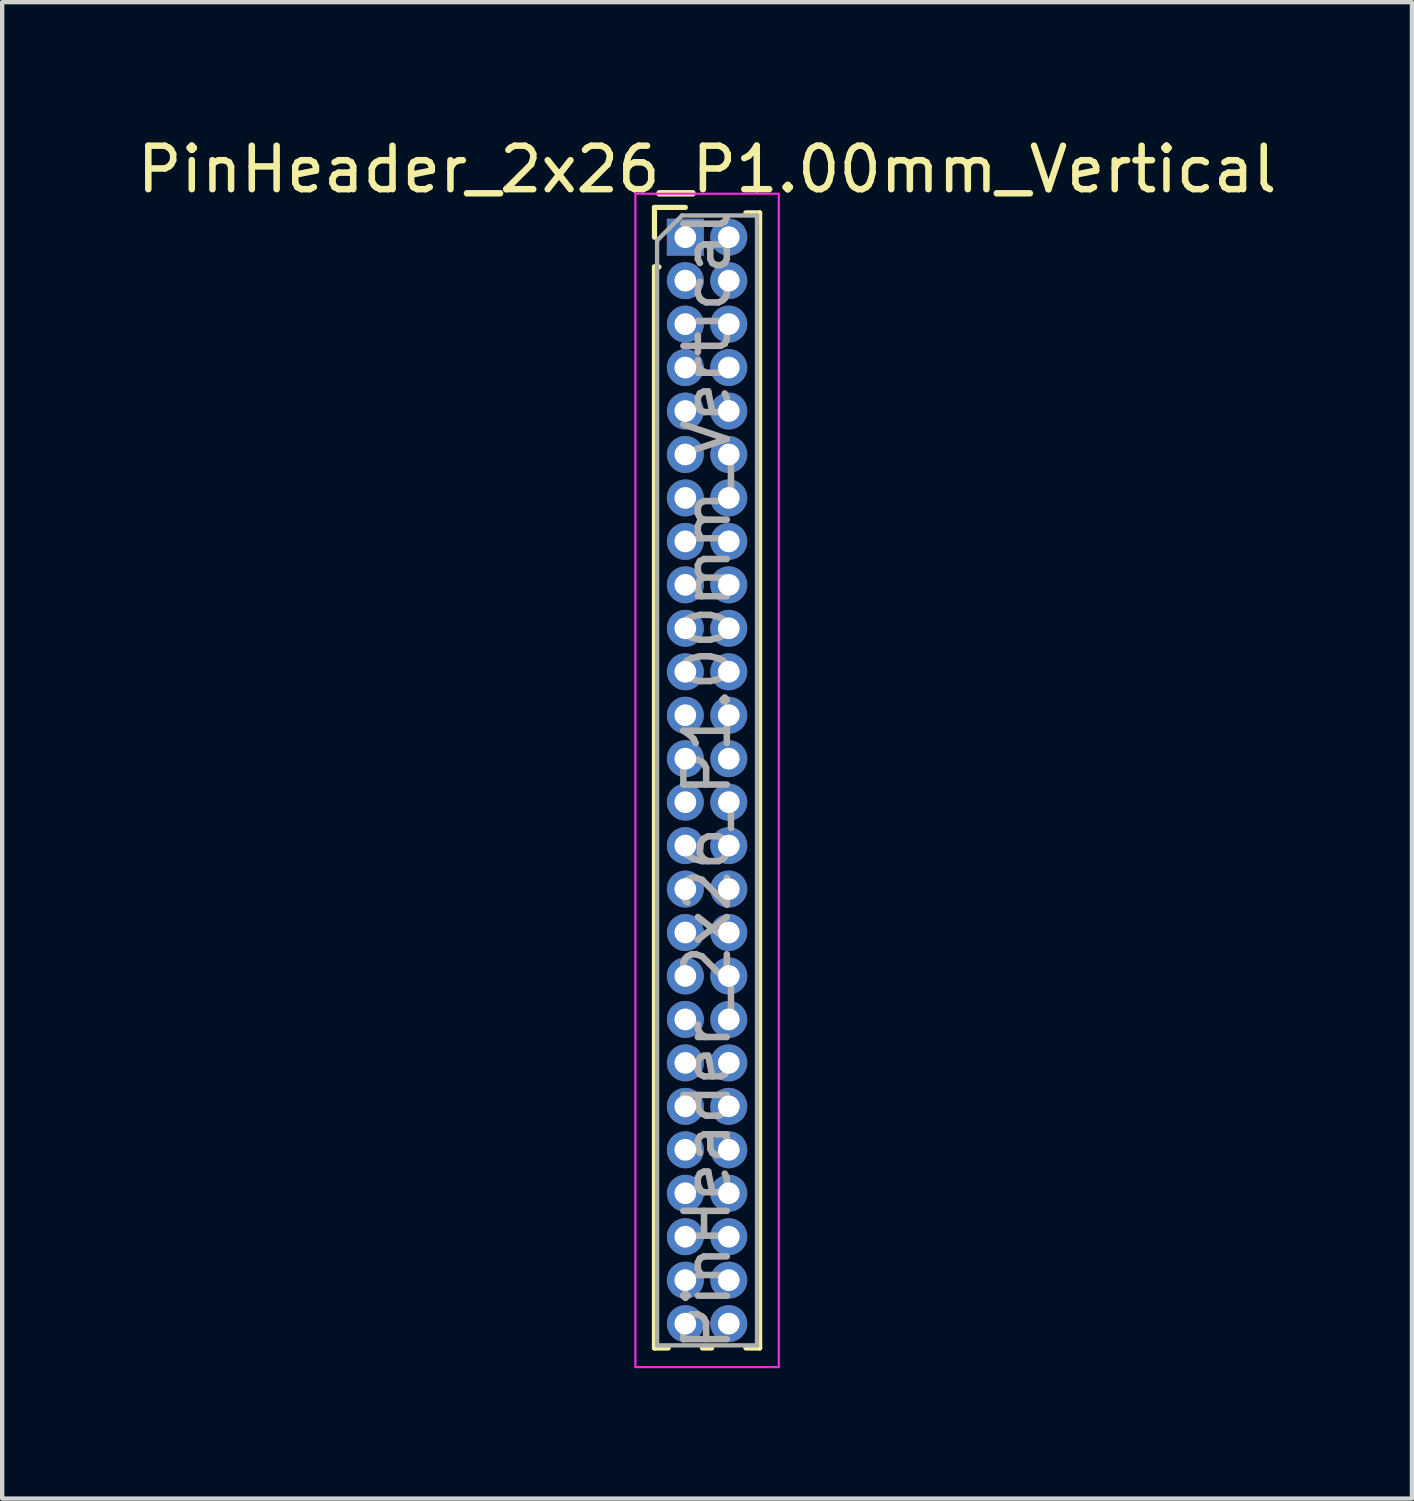
<source format=kicad_pcb>
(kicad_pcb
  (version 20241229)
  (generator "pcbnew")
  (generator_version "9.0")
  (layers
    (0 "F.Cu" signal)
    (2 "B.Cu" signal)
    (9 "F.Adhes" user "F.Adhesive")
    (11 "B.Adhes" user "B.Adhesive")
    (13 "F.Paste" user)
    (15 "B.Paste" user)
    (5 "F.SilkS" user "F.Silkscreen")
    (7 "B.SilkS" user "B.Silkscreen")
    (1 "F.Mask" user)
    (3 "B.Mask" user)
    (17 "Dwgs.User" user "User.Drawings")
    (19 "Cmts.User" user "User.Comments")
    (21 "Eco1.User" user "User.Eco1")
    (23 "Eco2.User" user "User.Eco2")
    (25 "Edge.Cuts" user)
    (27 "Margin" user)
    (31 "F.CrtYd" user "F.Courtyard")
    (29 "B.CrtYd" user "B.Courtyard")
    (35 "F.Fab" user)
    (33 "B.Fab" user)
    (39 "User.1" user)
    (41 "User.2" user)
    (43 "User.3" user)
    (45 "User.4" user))
  (footprint "PinHeader_2x26_P1.00mm_Vertical"
    (layer "F.Cu")
    (at 12.72 2.408)
    (property "Reference" "PinHeader_2x26_P1.00mm_Vertical" (at 0.5 -1.56 0) (layer "F.SilkS") (effects (font (size 1 1) (thickness 0.15))))
    (attr through_hole)
    (fp_line (start -0.71 -0.685) (end 0 -0.685) (stroke (width 0.12) (type solid)) (layer "F.SilkS"))
    (fp_line (start -0.71 0) (end -0.71 -0.685) (stroke (width 0.12) (type solid)) (layer "F.SilkS"))
    (fp_line (start -0.71 0.685) (end -0.71 25.56) (stroke (width 0.12) (type solid)) (layer "F.SilkS"))
    (fp_line (start -0.71 0.685) (end -0.608 0.685) (stroke (width 0.12) (type solid)) (layer "F.SilkS"))
    (fp_line (start -0.71 25.56) (end -0.394 25.56) (stroke (width 0.12) (type solid)) (layer "F.SilkS"))
    (fp_line (start 0.394 25.56) (end 0.606 25.56) (stroke (width 0.12) (type solid)) (layer "F.SilkS"))
    (fp_line (start 1.394 -0.56) (end 1.71 -0.56) (stroke (width 0.12) (type solid)) (layer "F.SilkS"))
    (fp_line (start 1.394 25.56) (end 1.71 25.56) (stroke (width 0.12) (type solid)) (layer "F.SilkS"))
    (fp_line (start 1.71 -0.56) (end 1.71 25.56) (stroke (width 0.12) (type solid)) (layer "F.SilkS"))
    (fp_line (start -1.15 -1) (end -1.15 26) (stroke (width 0.05) (type solid)) (layer "F.CrtYd"))
    (fp_line (start -1.15 26) (end 2.15 26) (stroke (width 0.05) (type solid)) (layer "F.CrtYd"))
    (fp_line (start 2.15 -1) (end -1.15 -1) (stroke (width 0.05) (type solid)) (layer "F.CrtYd"))
    (fp_line (start 2.15 26) (end 2.15 -1) (stroke (width 0.05) (type solid)) (layer "F.CrtYd"))
    (fp_line (start -0.65 0.075) (end -0.075 -0.5) (stroke (width 0.1) (type solid)) (layer "F.Fab"))
    (fp_line (start -0.65 25.5) (end -0.65 0.075) (stroke (width 0.1) (type solid)) (layer "F.Fab"))
    (fp_line (start -0.075 -0.5) (end 1.65 -0.5) (stroke (width 0.1) (type solid)) (layer "F.Fab"))
    (fp_line (start 1.65 -0.5) (end 1.65 25.5) (stroke (width 0.1) (type solid)) (layer "F.Fab"))
    (fp_line (start 1.65 25.5) (end -0.65 25.5) (stroke (width 0.1) (type solid)) (layer "F.Fab"))
    (fp_text user "${REFERENCE}" (at 0.5 12.5 90) (layer "F.Fab") (effects (font (size 1 1) (thickness 0.15))))
    (pad "1" thru_hole rect (at 0 0) (size 0.85 0.85) (drill 0.5) (layers "*.Cu" "*.Mask"))
    (pad "2" thru_hole oval (at 1 0) (size 0.85 0.85) (drill 0.5) (layers "*.Cu" "*.Mask"))
    (pad "3" thru_hole oval (at 0 1) (size 0.85 0.85) (drill 0.5) (layers "*.Cu" "*.Mask"))
    (pad "4" thru_hole oval (at 1 1) (size 0.85 0.85) (drill 0.5) (layers "*.Cu" "*.Mask"))
    (pad "5" thru_hole oval (at 0 2) (size 0.85 0.85) (drill 0.5) (layers "*.Cu" "*.Mask"))
    (pad "6" thru_hole oval (at 1 2) (size 0.85 0.85) (drill 0.5) (layers "*.Cu" "*.Mask"))
    (pad "7" thru_hole oval (at 0 3) (size 0.85 0.85) (drill 0.5) (layers "*.Cu" "*.Mask"))
    (pad "8" thru_hole oval (at 1 3) (size 0.85 0.85) (drill 0.5) (layers "*.Cu" "*.Mask"))
    (pad "9" thru_hole oval (at 0 4) (size 0.85 0.85) (drill 0.5) (layers "*.Cu" "*.Mask"))
    (pad "10" thru_hole oval (at 1 4) (size 0.85 0.85) (drill 0.5) (layers "*.Cu" "*.Mask"))
    (pad "11" thru_hole oval (at 0 5) (size 0.85 0.85) (drill 0.5) (layers "*.Cu" "*.Mask"))
    (pad "12" thru_hole oval (at 1 5) (size 0.85 0.85) (drill 0.5) (layers "*.Cu" "*.Mask"))
    (pad "13" thru_hole oval (at 0 6) (size 0.85 0.85) (drill 0.5) (layers "*.Cu" "*.Mask"))
    (pad "14" thru_hole oval (at 1 6) (size 0.85 0.85) (drill 0.5) (layers "*.Cu" "*.Mask"))
    (pad "15" thru_hole oval (at 0 7) (size 0.85 0.85) (drill 0.5) (layers "*.Cu" "*.Mask"))
    (pad "16" thru_hole oval (at 1 7) (size 0.85 0.85) (drill 0.5) (layers "*.Cu" "*.Mask"))
    (pad "17" thru_hole oval (at 0 8) (size 0.85 0.85) (drill 0.5) (layers "*.Cu" "*.Mask"))
    (pad "18" thru_hole oval (at 1 8) (size 0.85 0.85) (drill 0.5) (layers "*.Cu" "*.Mask"))
    (pad "19" thru_hole oval (at 0 9) (size 0.85 0.85) (drill 0.5) (layers "*.Cu" "*.Mask"))
    (pad "20" thru_hole oval (at 1 9) (size 0.85 0.85) (drill 0.5) (layers "*.Cu" "*.Mask"))
    (pad "21" thru_hole oval (at 0 10) (size 0.85 0.85) (drill 0.5) (layers "*.Cu" "*.Mask"))
    (pad "22" thru_hole oval (at 1 10) (size 0.85 0.85) (drill 0.5) (layers "*.Cu" "*.Mask"))
    (pad "23" thru_hole oval (at 0 11) (size 0.85 0.85) (drill 0.5) (layers "*.Cu" "*.Mask"))
    (pad "24" thru_hole oval (at 1 11) (size 0.85 0.85) (drill 0.5) (layers "*.Cu" "*.Mask"))
    (pad "25" thru_hole oval (at 0 12) (size 0.85 0.85) (drill 0.5) (layers "*.Cu" "*.Mask"))
    (pad "26" thru_hole oval (at 1 12) (size 0.85 0.85) (drill 0.5) (layers "*.Cu" "*.Mask"))
    (pad "27" thru_hole oval (at 0 13) (size 0.85 0.85) (drill 0.5) (layers "*.Cu" "*.Mask"))
    (pad "28" thru_hole oval (at 1 13) (size 0.85 0.85) (drill 0.5) (layers "*.Cu" "*.Mask"))
    (pad "29" thru_hole oval (at 0 14) (size 0.85 0.85) (drill 0.5) (layers "*.Cu" "*.Mask"))
    (pad "30" thru_hole oval (at 1 14) (size 0.85 0.85) (drill 0.5) (layers "*.Cu" "*.Mask"))
    (pad "31" thru_hole oval (at 0 15) (size 0.85 0.85) (drill 0.5) (layers "*.Cu" "*.Mask"))
    (pad "32" thru_hole oval (at 1 15) (size 0.85 0.85) (drill 0.5) (layers "*.Cu" "*.Mask"))
    (pad "33" thru_hole oval (at 0 16) (size 0.85 0.85) (drill 0.5) (layers "*.Cu" "*.Mask"))
    (pad "34" thru_hole oval (at 1 16) (size 0.85 0.85) (drill 0.5) (layers "*.Cu" "*.Mask"))
    (pad "35" thru_hole oval (at 0 17) (size 0.85 0.85) (drill 0.5) (layers "*.Cu" "*.Mask"))
    (pad "36" thru_hole oval (at 1 17) (size 0.85 0.85) (drill 0.5) (layers "*.Cu" "*.Mask"))
    (pad "37" thru_hole oval (at 0 18) (size 0.85 0.85) (drill 0.5) (layers "*.Cu" "*.Mask"))
    (pad "38" thru_hole oval (at 1 18) (size 0.85 0.85) (drill 0.5) (layers "*.Cu" "*.Mask"))
    (pad "39" thru_hole oval (at 0 19) (size 0.85 0.85) (drill 0.5) (layers "*.Cu" "*.Mask"))
    (pad "40" thru_hole oval (at 1 19) (size 0.85 0.85) (drill 0.5) (layers "*.Cu" "*.Mask"))
    (pad "41" thru_hole oval (at 0 20) (size 0.85 0.85) (drill 0.5) (layers "*.Cu" "*.Mask"))
    (pad "42" thru_hole oval (at 1 20) (size 0.85 0.85) (drill 0.5) (layers "*.Cu" "*.Mask"))
    (pad "43" thru_hole oval (at 0 21) (size 0.85 0.85) (drill 0.5) (layers "*.Cu" "*.Mask"))
    (pad "44" thru_hole oval (at 1 21) (size 0.85 0.85) (drill 0.5) (layers "*.Cu" "*.Mask"))
    (pad "45" thru_hole oval (at 0 22) (size 0.85 0.85) (drill 0.5) (layers "*.Cu" "*.Mask"))
    (pad "46" thru_hole oval (at 1 22) (size 0.85 0.85) (drill 0.5) (layers "*.Cu" "*.Mask"))
    (pad "47" thru_hole oval (at 0 23) (size 0.85 0.85) (drill 0.5) (layers "*.Cu" "*.Mask"))
    (pad "48" thru_hole oval (at 1 23) (size 0.85 0.85) (drill 0.5) (layers "*.Cu" "*.Mask"))
    (pad "49" thru_hole oval (at 0 24) (size 0.85 0.85) (drill 0.5) (layers "*.Cu" "*.Mask"))
    (pad "50" thru_hole oval (at 1 24) (size 0.85 0.85) (drill 0.5) (layers "*.Cu" "*.Mask"))
    (pad "51" thru_hole oval (at 0 25) (size 0.85 0.85) (drill 0.5) (layers "*.Cu" "*.Mask"))
    (pad "52" thru_hole oval (at 1 25) (size 0.85 0.85) (drill 0.5) (layers "*.Cu" "*.Mask")))
  (gr_rect
    (start -3 -3)
    (end 29.44 31.433)
    (stroke (width 0.1) (type default))
    (fill no)
    (layer "Edge.Cuts")))
</source>
